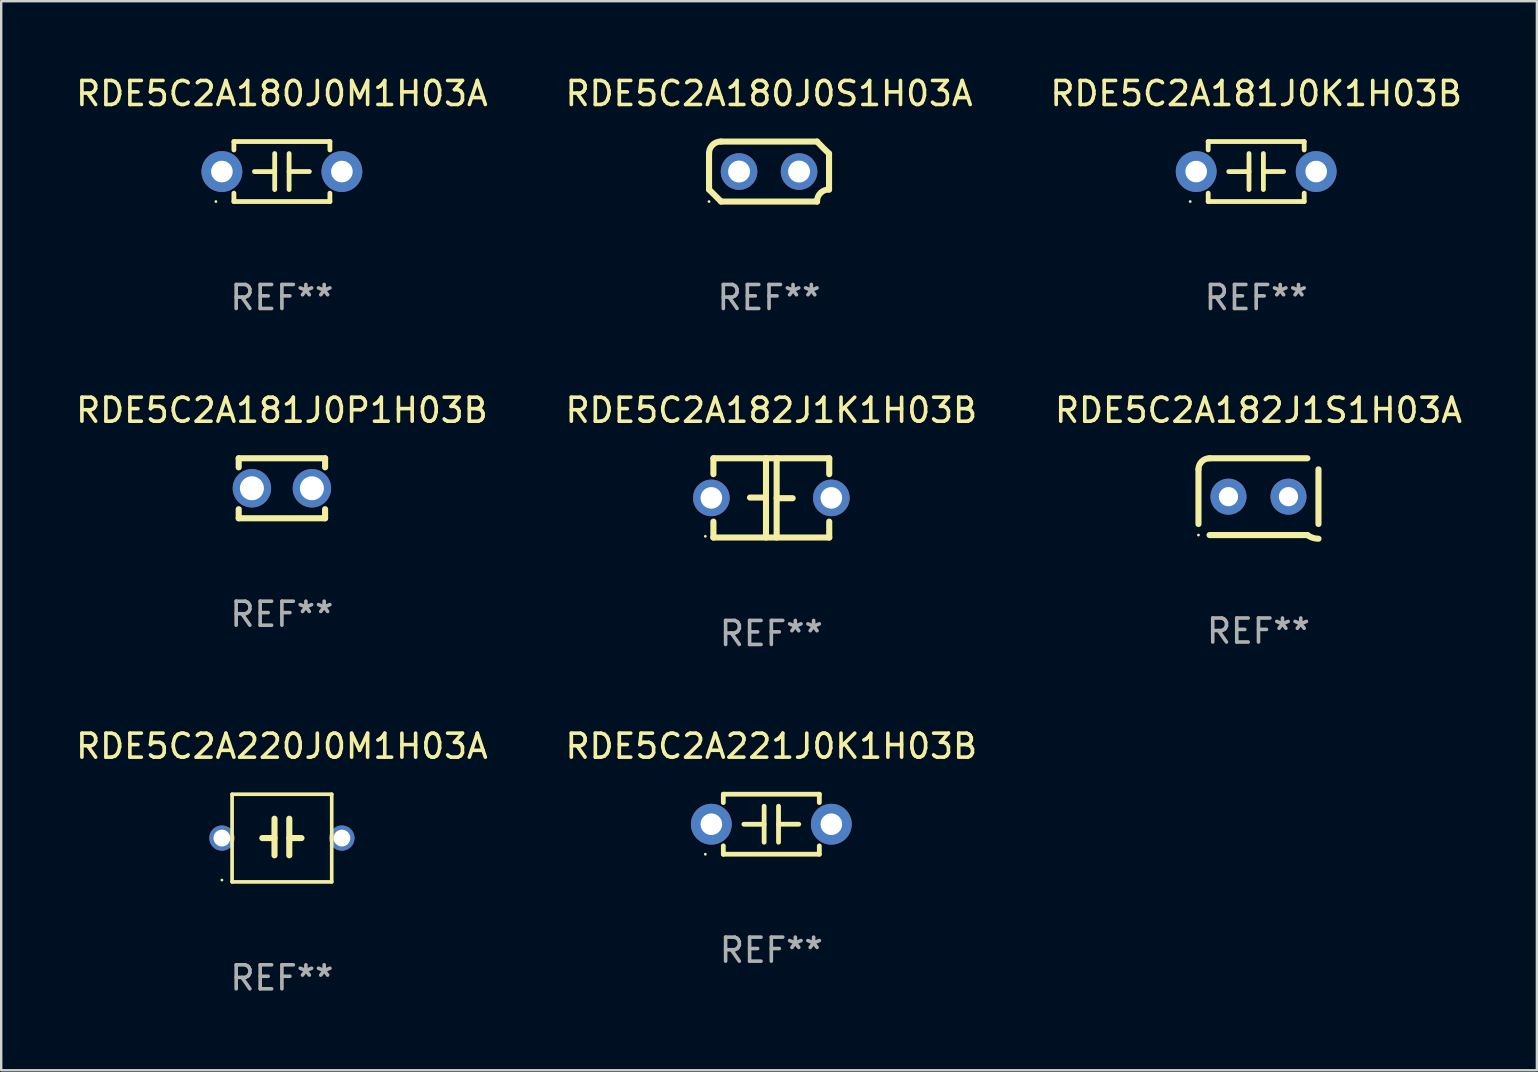
<source format=kicad_pcb>
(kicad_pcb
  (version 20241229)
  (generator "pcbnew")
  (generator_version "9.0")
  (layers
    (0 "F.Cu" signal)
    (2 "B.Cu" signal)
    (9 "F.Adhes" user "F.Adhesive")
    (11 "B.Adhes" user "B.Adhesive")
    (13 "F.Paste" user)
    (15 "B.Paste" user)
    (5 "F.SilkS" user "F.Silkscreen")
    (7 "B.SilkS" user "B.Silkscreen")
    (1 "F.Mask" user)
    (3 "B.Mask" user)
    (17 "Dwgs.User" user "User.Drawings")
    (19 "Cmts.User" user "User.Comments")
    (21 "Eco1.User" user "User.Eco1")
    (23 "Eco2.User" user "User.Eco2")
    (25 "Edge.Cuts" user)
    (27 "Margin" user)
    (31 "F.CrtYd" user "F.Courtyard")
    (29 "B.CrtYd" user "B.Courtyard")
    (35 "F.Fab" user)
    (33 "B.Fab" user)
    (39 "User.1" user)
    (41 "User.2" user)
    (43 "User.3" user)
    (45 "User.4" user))
  (footprint "RDE5C2A180J0M1H03A"
    (layer "F.Cu")
    (at 8.696 4.098)
    (property "Reference" "RDE5C2A180J0M1H03A" (at 0 -3.25 0) (layer "F.SilkS") (effects (font (size 1 1) (thickness 0.15))))
    (attr through_hole)
    (fp_line (start -2 -1.25) (end -2 -0.901) (stroke (width 0.2) (type solid)) (layer "F.SilkS"))
    (fp_line (start -2 -1.25) (end 2 -1.25) (stroke (width 0.2) (type solid)) (layer "F.SilkS"))
    (fp_line (start -2 0.901) (end -2 1.25) (stroke (width 0.2) (type solid)) (layer "F.SilkS"))
    (fp_line (start -0.3 -0.75) (end -0.3 0.75) (stroke (width 0.2) (type solid)) (layer "F.SilkS"))
    (fp_line (start -0.3 0.001) (end -1.143 0.001) (stroke (width 0.2) (type solid)) (layer "F.SilkS"))
    (fp_line (start 0.3 -0.001) (end 1.143 -0.001) (stroke (width 0.2) (type solid)) (layer "F.SilkS"))
    (fp_line (start 0.3 0.75) (end 0.3 -0.75) (stroke (width 0.2) (type solid)) (layer "F.SilkS"))
    (fp_line (start 2 -1.25) (end 2 -0.901) (stroke (width 0.2) (type solid)) (layer "F.SilkS"))
    (fp_line (start 2 0.901) (end 2 1.25) (stroke (width 0.2) (type solid)) (layer "F.SilkS"))
    (fp_line (start 2 1.25) (end -2 1.25) (stroke (width 0.2) (type solid)) (layer "F.SilkS"))
    (fp_circle (center -2.75 1.25) (end -2.72 1.25) (stroke (width 0.06) (type solid)) (fill no) (layer "F.SilkS"))
    (fp_text user "REF**" (at 0 5.25 0) (layer "F.Fab") (effects (font (size 1 1) (thickness 0.15))))
    (pad "1" thru_hole circle (at -2.5 0) (size 1.7 1.7) (drill 0.9) (layers "*.Cu" "*.Mask"))
    (pad "2" thru_hole circle (at 2.5 0) (size 1.7 1.7) (drill 0.9) (layers "*.Cu" "*.Mask")))
  (footprint "RDE5C2A182J1S1H03A"
    (layer "F.Cu")
    (at 49.387 17.645)
    (property "Reference" "RDE5C2A182J1S1H03A" (at 0 -3.6 0) (layer "F.SilkS") (effects (font (size 1 1) (thickness 0.15))))
    (attr through_hole)
    (fp_line (start -2.5 1.138) (end -2.5 -1.138) (stroke (width 0.254) (type solid)) (layer "F.SilkS"))
    (fp_line (start -2.038 1.6) (end 2.038 1.6) (stroke (width 0.254) (type solid)) (layer "F.SilkS"))
    (fp_line (start 2.038 -1.6) (end -2.038 -1.6) (stroke (width 0.254) (type solid)) (layer "F.SilkS"))
    (fp_line (start 2.5 -1.138) (end 2.5 1.138) (stroke (width 0.254) (type solid)) (layer "F.SilkS"))
    (fp_arc (start -2.5 -1.137744) (mid -2.364601 -1.464626) (end -2.037719 -1.600025) (stroke (width 0.254001) (type solid)) (layer "F.SilkS"))
    (fp_arc (start -2.5 1.137719) (mid 2.500022 -1.137741) (end -2.5 1.137719) (stroke (width 0.254001) (type solid)) (layer "F.SilkS"))
    (fp_arc (start 2.5 1.751767) (mid 2.256726 1.712861) (end 2.037719 1.600025) (stroke (width 0.254001) (type solid)) (layer "F.SilkS"))
    (fp_circle (center -2.5 1.6) (end -2.47 1.6) (stroke (width 0.06) (type solid)) (fill no) (layer "F.SilkS"))
    (fp_text user "REF**" (at 0 5.6 0) (layer "F.Fab") (effects (font (size 1 1) (thickness 0.15))))
    (pad "1" thru_hole circle (at -1.25 -0.000076) (size 1.5 1.5) (drill 0.8) (layers "*.Cu" "*.Mask"))
    (pad "2" thru_hole circle (at 1.25 -0.000076) (size 1.5 1.5) (drill 0.8) (layers "*.Cu" "*.Mask")))
  (footprint "RDE5C2A220J0M1H03A"
    (layer "F.Cu")
    (at 8.696 31.87)
    (property "Reference" "RDE5C2A220J0M1H03A" (at 0 -3.826 0) (layer "F.SilkS") (effects (font (size 1 1) (thickness 0.15))))
    (attr through_hole)
    (fp_line (start -2.076 -1.826) (end 2.076 -1.826) (stroke (width 0.152) (type solid)) (layer "F.SilkS"))
    (fp_line (start -2.076 1.826) (end -2.076 -1.826) (stroke (width 0.152) (type solid)) (layer "F.SilkS"))
    (fp_line (start -0.308 -0.000013) (end -0.816 -0.000013) (stroke (width 0.254) (type solid)) (layer "F.SilkS"))
    (fp_line (start -0.308 0.718) (end -0.308 -0.806) (stroke (width 0.254) (type solid)) (layer "F.SilkS"))
    (fp_line (start 0.308 -0.806) (end 0.308 0.718) (stroke (width 0.254) (type solid)) (layer "F.SilkS"))
    (fp_line (start 0.308 -0.000013) (end 0.816 -0.000013) (stroke (width 0.254) (type solid)) (layer "F.SilkS"))
    (fp_line (start 2.076 -1.826) (end 2.076 1.826) (stroke (width 0.152) (type solid)) (layer "F.SilkS"))
    (fp_line (start 2.076 1.826) (end -2.076 1.826) (stroke (width 0.152) (type solid)) (layer "F.SilkS"))
    (fp_circle (center -2.5 1.75) (end -2.47 1.75) (stroke (width 0.06) (type solid)) (fill no) (layer "F.SilkS"))
    (fp_text user "REF**" (at 0 5.826 0) (layer "F.Fab") (effects (font (size 1 1) (thickness 0.15))))
    (pad "1" thru_hole circle (at -2.5 -0.000013) (size 1.05 1.05) (drill 0.7) (layers "*.Cu" "*.Mask"))
    (pad "2" thru_hole circle (at 2.5 -0.000013) (size 1.05 1.05) (drill 0.7) (layers "*.Cu" "*.Mask")))
  (footprint "RDE5C2A221J0K1H03B"
    (layer "F.Cu")
    (at 29.089 31.293)
    (property "Reference" "RDE5C2A221J0K1H03B" (at 0 -3.25 0) (layer "F.SilkS") (effects (font (size 1 1) (thickness 0.15))))
    (attr through_hole)
    (fp_line (start -2 -1.25) (end -2 -0.901) (stroke (width 0.2) (type solid)) (layer "F.SilkS"))
    (fp_line (start -2 -1.25) (end 2 -1.25) (stroke (width 0.2) (type solid)) (layer "F.SilkS"))
    (fp_line (start -2 0.901) (end -2 1.25) (stroke (width 0.2) (type solid)) (layer "F.SilkS"))
    (fp_line (start -0.3 -0.75) (end -0.3 0.75) (stroke (width 0.2) (type solid)) (layer "F.SilkS"))
    (fp_line (start -0.3 0.001) (end -1.143 0.001) (stroke (width 0.2) (type solid)) (layer "F.SilkS"))
    (fp_line (start 0.3 -0.001) (end 1.143 -0.001) (stroke (width 0.2) (type solid)) (layer "F.SilkS"))
    (fp_line (start 0.3 0.75) (end 0.3 -0.75) (stroke (width 0.2) (type solid)) (layer "F.SilkS"))
    (fp_line (start 2 -1.25) (end 2 -0.901) (stroke (width 0.2) (type solid)) (layer "F.SilkS"))
    (fp_line (start 2 0.901) (end 2 1.25) (stroke (width 0.2) (type solid)) (layer "F.SilkS"))
    (fp_line (start 2 1.25) (end -2 1.25) (stroke (width 0.2) (type solid)) (layer "F.SilkS"))
    (fp_circle (center -2.75 1.25) (end -2.72 1.25) (stroke (width 0.06) (type solid)) (fill no) (layer "F.SilkS"))
    (fp_text user "REF**" (at 0 5.25 0) (layer "F.Fab") (effects (font (size 1 1) (thickness 0.15))))
    (pad "1" thru_hole circle (at -2.5 0) (size 1.7 1.7) (drill 0.9) (layers "*.Cu" "*.Mask"))
    (pad "2" thru_hole circle (at 2.5 0) (size 1.7 1.7) (drill 0.9) (layers "*.Cu" "*.Mask")))
  (footprint "RDE5C2A181J0K1H03B"
    (layer "F.Cu")
    (at 49.292 4.098)
    (property "Reference" "RDE5C2A181J0K1H03B" (at 0 -3.25 0) (layer "F.SilkS") (effects (font (size 1 1) (thickness 0.15))))
    (attr through_hole)
    (fp_line (start -2 -1.25) (end -2 -0.901) (stroke (width 0.2) (type solid)) (layer "F.SilkS"))
    (fp_line (start -2 -1.25) (end 2 -1.25) (stroke (width 0.2) (type solid)) (layer "F.SilkS"))
    (fp_line (start -2 0.901) (end -2 1.25) (stroke (width 0.2) (type solid)) (layer "F.SilkS"))
    (fp_line (start -0.3 -0.75) (end -0.3 0.75) (stroke (width 0.2) (type solid)) (layer "F.SilkS"))
    (fp_line (start -0.3 0.001) (end -1.143 0.001) (stroke (width 0.2) (type solid)) (layer "F.SilkS"))
    (fp_line (start 0.3 -0.001) (end 1.143 -0.001) (stroke (width 0.2) (type solid)) (layer "F.SilkS"))
    (fp_line (start 0.3 0.75) (end 0.3 -0.75) (stroke (width 0.2) (type solid)) (layer "F.SilkS"))
    (fp_line (start 2 -1.25) (end 2 -0.901) (stroke (width 0.2) (type solid)) (layer "F.SilkS"))
    (fp_line (start 2 0.901) (end 2 1.25) (stroke (width 0.2) (type solid)) (layer "F.SilkS"))
    (fp_line (start 2 1.25) (end -2 1.25) (stroke (width 0.2) (type solid)) (layer "F.SilkS"))
    (fp_circle (center -2.75 1.25) (end -2.72 1.25) (stroke (width 0.06) (type solid)) (fill no) (layer "F.SilkS"))
    (fp_text user "REF**" (at 0 5.25 0) (layer "F.Fab") (effects (font (size 1 1) (thickness 0.15))))
    (pad "1" thru_hole circle (at -2.5 0) (size 1.7 1.7) (drill 0.9) (layers "*.Cu" "*.Mask"))
    (pad "2" thru_hole circle (at 2.5 0) (size 1.7 1.7) (drill 0.9) (layers "*.Cu" "*.Mask")))
  (footprint "RDE5C2A181J0P1H03B"
    (layer "F.Cu")
    (at 8.696 17.295)
    (property "Reference" "RDE5C2A181J0P1H03B" (at 0 -3.25 0) (layer "F.SilkS") (effects (font (size 1 1) (thickness 0.15))))
    (attr through_hole)
    (fp_line (start -1.8 -1.25) (end -1.8 -0.872) (stroke (width 0.254) (type solid)) (layer "F.SilkS"))
    (fp_line (start -1.8 -1.25) (end 1.8 -1.25) (stroke (width 0.254) (type solid)) (layer "F.SilkS"))
    (fp_line (start -1.8 0.872) (end -1.8 1.25) (stroke (width 0.254) (type solid)) (layer "F.SilkS"))
    (fp_line (start -1.8 1.25) (end 1.8 1.25) (stroke (width 0.254) (type solid)) (layer "F.SilkS"))
    (fp_line (start 1.8 -1.25) (end 1.8 -0.872) (stroke (width 0.254) (type solid)) (layer "F.SilkS"))
    (fp_line (start 1.8 0.872) (end 1.8 1.25) (stroke (width 0.254) (type solid)) (layer "F.SilkS"))
    (fp_circle (center -1.8 1.25) (end -1.77 1.25) (stroke (width 0.06) (type solid)) (fill no) (layer "F.SilkS"))
    (fp_text user "REF**" (at 0 5.25 0) (layer "F.Fab") (effects (font (size 1 1) (thickness 0.15))))
    (pad "1" thru_hole circle (at -1.25 0) (size 1.6 1.6) (drill 1) (layers "*.Cu" "*.Mask"))
    (pad "2" thru_hole circle (at 1.25 0) (size 1.6 1.6) (drill 1) (layers "*.Cu" "*.Mask")))
  (footprint "RDE5C2A182J1K1H03B"
    (layer "F.Cu")
    (at 29.089 17.696)
    (property "Reference" "RDE5C2A182J1K1H03B" (at 0 -3.651 0) (layer "F.SilkS") (effects (font (size 1 1) (thickness 0.15))))
    (attr through_hole)
    (fp_line (start -2.413 -1.651) (end 2.413 -1.651) (stroke (width 0.254) (type solid)) (layer "F.SilkS"))
    (fp_line (start -2.413 -0.989) (end -2.413 -1.651) (stroke (width 0.254) (type solid)) (layer "F.SilkS"))
    (fp_line (start -2.413 1.651) (end -2.413 0.989) (stroke (width 0.254) (type solid)) (layer "F.SilkS"))
    (fp_line (start -0.222 -0.013) (end -0.889 -0.013) (stroke (width 0.254) (type solid)) (layer "F.SilkS"))
    (fp_line (start -0.222 1.651) (end -0.222 -1.651) (stroke (width 0.254) (type solid)) (layer "F.SilkS"))
    (fp_line (start 0.222 -1.651) (end 0.222 1.651) (stroke (width 0.254) (type solid)) (layer "F.SilkS"))
    (fp_line (start 0.222 0.013) (end 0.889 0.013) (stroke (width 0.254) (type solid)) (layer "F.SilkS"))
    (fp_line (start 2.413 -1.651) (end 2.413 -0.989) (stroke (width 0.254) (type solid)) (layer "F.SilkS"))
    (fp_line (start 2.413 0.989) (end 2.413 1.651) (stroke (width 0.254) (type solid)) (layer "F.SilkS"))
    (fp_line (start 2.413 1.651) (end -2.413 1.651) (stroke (width 0.254) (type solid)) (layer "F.SilkS"))
    (fp_circle (center -2.75 1.6) (end -2.72 1.6) (stroke (width 0.06) (type solid)) (fill no) (layer "F.SilkS"))
    (fp_text user "REF**" (at 0 5.651 0) (layer "F.Fab") (effects (font (size 1 1) (thickness 0.15))))
    (pad "1" thru_hole circle (at -2.5 0) (size 1.524 1.524) (drill 0.9) (layers "*.Cu" "*.Mask"))
    (pad "2" thru_hole circle (at 2.5 0) (size 1.524 1.524) (drill 0.9) (layers "*.Cu" "*.Mask")))
  (footprint "RDE5C2A180J0S1H03A"
    (layer "F.Cu")
    (at 28.994 4.098)
    (property "Reference" "RDE5C2A180J0S1H03A" (at 0 -3.25 0) (layer "F.SilkS") (effects (font (size 1 1) (thickness 0.15))))
    (attr through_hole)
    (fp_line (start -2.5 -0.75) (end -2.5 0.75) (stroke (width 0.254) (type solid)) (layer "F.SilkS"))
    (fp_line (start -2 -1.25) (end 2 -1.25) (stroke (width 0.254) (type solid)) (layer "F.SilkS"))
    (fp_line (start 2 1.25) (end -2 1.25) (stroke (width 0.254) (type solid)) (layer "F.SilkS"))
    (fp_line (start 2.5 0.75) (end 2.5 -0.75) (stroke (width 0.254) (type solid)) (layer "F.SilkS"))
    (fp_arc (start -2.5 0.749962) (mid -2.249559 0.999558) (end -1.99929 1.249325) (stroke (width 0.254001) (type solid)) (layer "F.SilkS"))
    (fp_arc (start -2.499366 -0.749302) (mid -2.356411 -1.106098) (end -2 -1.250013) (stroke (width 0.254001) (type solid)) (layer "F.SilkS"))
    (fp_arc (start 2 1.250013) (mid 2.142747 0.89301) (end 2.499364 0.749302) (stroke (width 0.254001) (type solid)) (layer "F.SilkS"))
    (fp_arc (start 2.5 -0.749962) (mid 2.245609 -0.995598) (end 1.999289 -1.249327) (stroke (width 0.254001) (type solid)) (layer "F.SilkS"))
    (fp_circle (center -2.5 1.25) (end -2.47 1.25) (stroke (width 0.06) (type solid)) (fill no) (layer "F.SilkS"))
    (fp_text user "REF**" (at 0 5.25 0) (layer "F.Fab") (effects (font (size 1 1) (thickness 0.15))))
    (pad "1" thru_hole circle (at -1.25 0) (size 1.524 1.524) (drill 0.914) (layers "*.Cu" "*.Mask"))
    (pad "2" thru_hole circle (at 1.25 0) (size 1.524 1.524) (drill 0.914) (layers "*.Cu" "*.Mask")))
  (gr_rect
    (start -3 -3)
    (end 60.988 41.544)
    (stroke (width 0.1) (type default))
    (fill no)
    (layer "Edge.Cuts")))
</source>
